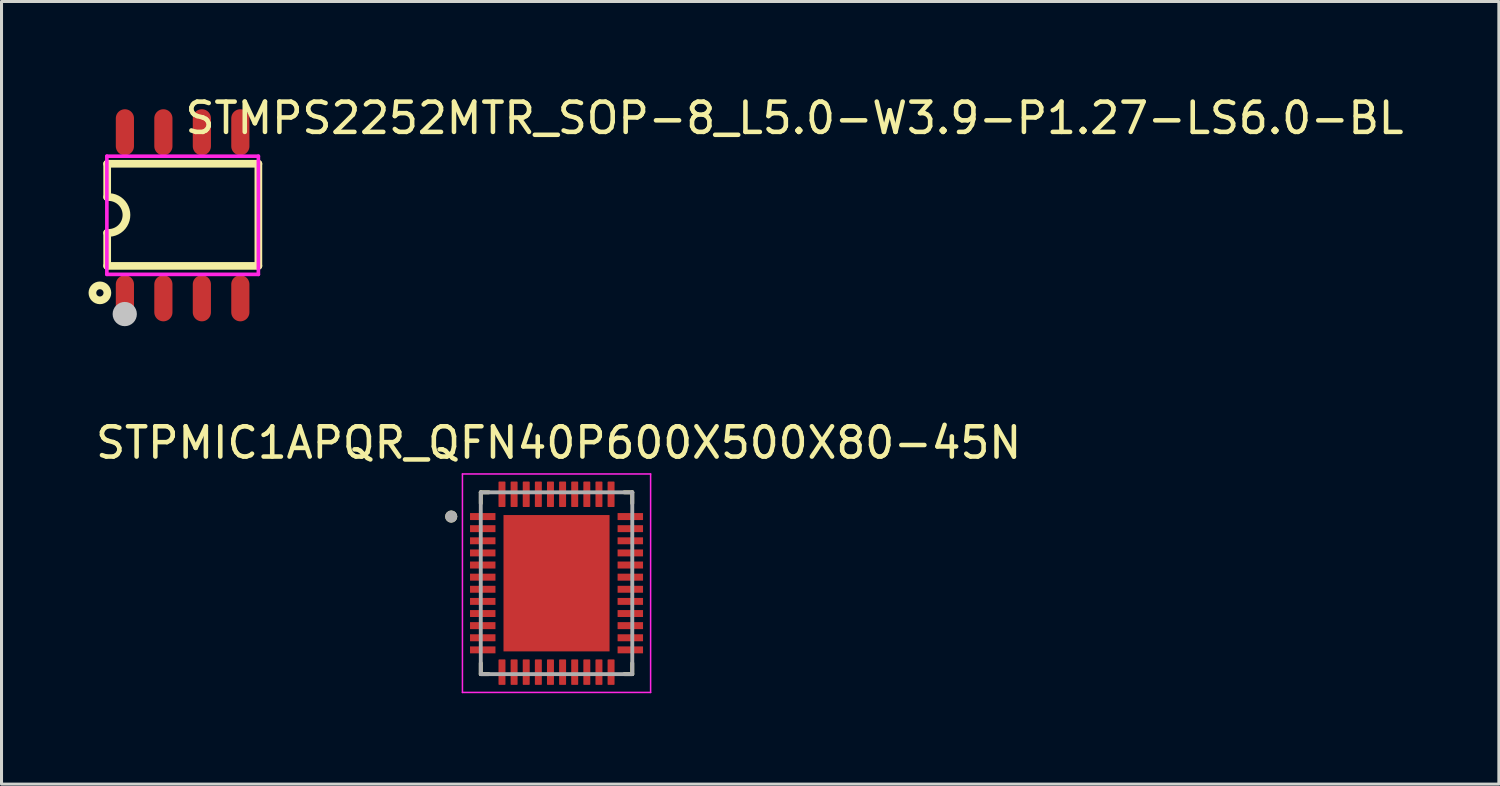
<source format=kicad_pcb>
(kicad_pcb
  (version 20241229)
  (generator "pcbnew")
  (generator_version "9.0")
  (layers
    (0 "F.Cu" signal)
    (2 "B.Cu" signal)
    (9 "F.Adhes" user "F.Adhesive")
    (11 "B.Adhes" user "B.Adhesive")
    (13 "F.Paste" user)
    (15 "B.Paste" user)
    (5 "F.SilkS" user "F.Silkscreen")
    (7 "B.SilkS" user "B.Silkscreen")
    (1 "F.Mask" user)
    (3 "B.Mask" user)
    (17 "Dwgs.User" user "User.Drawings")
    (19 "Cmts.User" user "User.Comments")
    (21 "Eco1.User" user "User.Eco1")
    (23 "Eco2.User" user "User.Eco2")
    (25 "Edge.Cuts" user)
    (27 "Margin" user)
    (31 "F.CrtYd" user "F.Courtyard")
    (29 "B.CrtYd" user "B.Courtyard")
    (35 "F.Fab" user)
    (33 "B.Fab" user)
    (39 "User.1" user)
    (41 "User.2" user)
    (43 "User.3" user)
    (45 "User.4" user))
  (footprint "STPMIC1APQR_QFN40P600X500X80-45N"
    (layer "F.Cu")
    (at 15.317 16.198)
    (property "Reference" "STPMIC1APQR_QFN40P600X500X80-45N" (at 0.07 -4.635 0) (layer "F.SilkS") (effects (font (size 1 1) (thickness 0.15))))
    (attr smd)
    (fp_line (start -2.5 -3) (end -2.5 -2.635) (stroke (width 0.127) (type solid)) (layer "F.SilkS"))
    (fp_line (start -2.5 -3) (end -2.235 -3) (stroke (width 0.127) (type solid)) (layer "F.SilkS"))
    (fp_line (start -2.5 3) (end -2.5 2.635) (stroke (width 0.127) (type solid)) (layer "F.SilkS"))
    (fp_line (start -2.5 3) (end -2.235 3) (stroke (width 0.127) (type solid)) (layer "F.SilkS"))
    (fp_line (start 2.5 -3) (end 2.235 -3) (stroke (width 0.127) (type solid)) (layer "F.SilkS"))
    (fp_line (start 2.5 -3) (end 2.5 -2.635) (stroke (width 0.127) (type solid)) (layer "F.SilkS"))
    (fp_line (start 2.5 3) (end 2.235 3) (stroke (width 0.127) (type solid)) (layer "F.SilkS"))
    (fp_line (start 2.5 3) (end 2.5 2.635) (stroke (width 0.127) (type solid)) (layer "F.SilkS"))
    (fp_circle (center -3.475 -2.2) (end -3.375 -2.2) (stroke (width 0.2) (type solid)) (fill no) (layer "F.SilkS"))
    (fp_poly (pts (xy -1.27 -1.77) (xy -0.24 -1.77) (xy -0.24 -0.24) (xy -1.27 -0.24)) (stroke (width 0.01) (type solid)) (fill yes) (layer "F.Paste"))
    (fp_poly (pts (xy -1.27 0.24) (xy -0.24 0.24) (xy -0.24 1.77) (xy -1.27 1.77)) (stroke (width 0.01) (type solid)) (fill yes) (layer "F.Paste"))
    (fp_poly (pts (xy 0.24 -1.77) (xy 1.27 -1.77) (xy 1.27 -0.24) (xy 0.24 -0.24)) (stroke (width 0.01) (type solid)) (fill yes) (layer "F.Paste"))
    (fp_poly (pts (xy 0.24 0.24) (xy 1.27 0.24) (xy 1.27 1.77) (xy 0.24 1.77)) (stroke (width 0.01) (type solid)) (fill yes) (layer "F.Paste"))
    (fp_line (start -3.105 -3.605) (end 3.105 -3.605) (stroke (width 0.05) (type solid)) (layer "F.CrtYd"))
    (fp_line (start -3.105 3.605) (end -3.105 -3.605) (stroke (width 0.05) (type solid)) (layer "F.CrtYd"))
    (fp_line (start -3.105 3.605) (end 3.105 3.605) (stroke (width 0.05) (type solid)) (layer "F.CrtYd"))
    (fp_line (start 3.105 3.605) (end 3.105 -3.605) (stroke (width 0.05) (type solid)) (layer "F.CrtYd"))
    (fp_line (start -2.5 3) (end -2.5 -3) (stroke (width 0.127) (type solid)) (layer "F.Fab"))
    (fp_line (start 2.5 -3) (end -2.5 -3) (stroke (width 0.127) (type solid)) (layer "F.Fab"))
    (fp_line (start 2.5 3) (end -2.5 3) (stroke (width 0.127) (type solid)) (layer "F.Fab"))
    (fp_line (start 2.5 3) (end 2.5 -3) (stroke (width 0.127) (type solid)) (layer "F.Fab"))
    (fp_circle (center -3.475 -2.2) (end -3.375 -2.2) (stroke (width 0.2) (type solid)) (fill no) (layer "F.Fab"))
    (pad "1" smd roundrect (at -2.435 -2.2) (size 0.84 0.23) (layers "F.Cu" "F.Mask" "F.Paste") (roundrect_rratio 0.03))
    (pad "2" smd roundrect (at -2.435 -1.8) (size 0.84 0.23) (layers "F.Cu" "F.Mask" "F.Paste") (roundrect_rratio 0.03))
    (pad "3" smd roundrect (at -2.435 -1.4) (size 0.84 0.23) (layers "F.Cu" "F.Mask" "F.Paste") (roundrect_rratio 0.03))
    (pad "4" smd roundrect (at -2.435 -1) (size 0.84 0.23) (layers "F.Cu" "F.Mask" "F.Paste") (roundrect_rratio 0.03))
    (pad "5" smd roundrect (at -2.435 -0.6) (size 0.84 0.23) (layers "F.Cu" "F.Mask" "F.Paste") (roundrect_rratio 0.03))
    (pad "6" smd roundrect (at -2.435 -0.2) (size 0.84 0.23) (layers "F.Cu" "F.Mask" "F.Paste") (roundrect_rratio 0.03))
    (pad "7" smd roundrect (at -2.435 0.2) (size 0.84 0.23) (layers "F.Cu" "F.Mask" "F.Paste") (roundrect_rratio 0.03))
    (pad "8" smd roundrect (at -2.435 0.6) (size 0.84 0.23) (layers "F.Cu" "F.Mask" "F.Paste") (roundrect_rratio 0.03))
    (pad "9" smd roundrect (at -2.435 1) (size 0.84 0.23) (layers "F.Cu" "F.Mask" "F.Paste") (roundrect_rratio 0.03))
    (pad "10" smd roundrect (at -2.435 1.4) (size 0.84 0.23) (layers "F.Cu" "F.Mask" "F.Paste") (roundrect_rratio 0.03))
    (pad "11" smd roundrect (at -2.435 1.8) (size 0.84 0.23) (layers "F.Cu" "F.Mask" "F.Paste") (roundrect_rratio 0.03))
    (pad "12" smd roundrect (at -2.435 2.2) (size 0.84 0.23) (layers "F.Cu" "F.Mask" "F.Paste") (roundrect_rratio 0.03))
    (pad "13" smd roundrect (at -1.8 2.935) (size 0.23 0.84) (layers "F.Cu" "F.Mask" "F.Paste") (roundrect_rratio 0.1))
    (pad "14" smd roundrect (at -1.4 2.935) (size 0.23 0.84) (layers "F.Cu" "F.Mask" "F.Paste") (roundrect_rratio 0.1))
    (pad "15" smd roundrect (at -1 2.935) (size 0.23 0.84) (layers "F.Cu" "F.Mask" "F.Paste") (roundrect_rratio 0.1))
    (pad "16" smd roundrect (at -0.6 2.935) (size 0.23 0.84) (layers "F.Cu" "F.Mask" "F.Paste") (roundrect_rratio 0.1))
    (pad "17" smd roundrect (at -0.2 2.935) (size 0.23 0.84) (layers "F.Cu" "F.Mask" "F.Paste") (roundrect_rratio 0.1))
    (pad "18" smd roundrect (at 0.2 2.935) (size 0.23 0.84) (layers "F.Cu" "F.Mask" "F.Paste") (roundrect_rratio 0.1))
    (pad "19" smd roundrect (at 0.6 2.935) (size 0.23 0.84) (layers "F.Cu" "F.Mask" "F.Paste") (roundrect_rratio 0.1))
    (pad "20" smd roundrect (at 1 2.935) (size 0.23 0.84) (layers "F.Cu" "F.Mask" "F.Paste") (roundrect_rratio 0.1))
    (pad "21" smd roundrect (at 1.4 2.935) (size 0.23 0.84) (layers "F.Cu" "F.Mask" "F.Paste") (roundrect_rratio 0.1))
    (pad "22" smd roundrect (at 1.8 2.935) (size 0.23 0.84) (layers "F.Cu" "F.Mask" "F.Paste") (roundrect_rratio 0.1))
    (pad "23" smd roundrect (at 2.435 2.2) (size 0.84 0.23) (layers "F.Cu" "F.Mask" "F.Paste") (roundrect_rratio 0.03))
    (pad "24" smd roundrect (at 2.435 1.8) (size 0.84 0.23) (layers "F.Cu" "F.Mask" "F.Paste") (roundrect_rratio 0.03))
    (pad "25" smd roundrect (at 2.435 1.4) (size 0.84 0.23) (layers "F.Cu" "F.Mask" "F.Paste") (roundrect_rratio 0.03))
    (pad "26" smd roundrect (at 2.435 1) (size 0.84 0.23) (layers "F.Cu" "F.Mask" "F.Paste") (roundrect_rratio 0.03))
    (pad "27" smd roundrect (at 2.435 0.6) (size 0.84 0.23) (layers "F.Cu" "F.Mask" "F.Paste") (roundrect_rratio 0.03))
    (pad "28" smd roundrect (at 2.435 0.2) (size 0.84 0.23) (layers "F.Cu" "F.Mask" "F.Paste") (roundrect_rratio 0.03))
    (pad "29" smd roundrect (at 2.435 -0.2) (size 0.84 0.23) (layers "F.Cu" "F.Mask" "F.Paste") (roundrect_rratio 0.03))
    (pad "30" smd roundrect (at 2.435 -0.6) (size 0.84 0.23) (layers "F.Cu" "F.Mask" "F.Paste") (roundrect_rratio 0.03))
    (pad "31" smd roundrect (at 2.435 -1) (size 0.84 0.23) (layers "F.Cu" "F.Mask" "F.Paste") (roundrect_rratio 0.03))
    (pad "32" smd roundrect (at 2.435 -1.4) (size 0.84 0.23) (layers "F.Cu" "F.Mask" "F.Paste") (roundrect_rratio 0.03))
    (pad "33" smd roundrect (at 2.435 -1.8) (size 0.84 0.23) (layers "F.Cu" "F.Mask" "F.Paste") (roundrect_rratio 0.03))
    (pad "34" smd roundrect (at 2.435 -2.2) (size 0.84 0.23) (layers "F.Cu" "F.Mask" "F.Paste") (roundrect_rratio 0.03))
    (pad "35" smd roundrect (at 1.8 -2.935) (size 0.23 0.84) (layers "F.Cu" "F.Mask" "F.Paste") (roundrect_rratio 0.1))
    (pad "36" smd roundrect (at 1.4 -2.935) (size 0.23 0.84) (layers "F.Cu" "F.Mask" "F.Paste") (roundrect_rratio 0.1))
    (pad "37" smd roundrect (at 1 -2.935) (size 0.23 0.84) (layers "F.Cu" "F.Mask" "F.Paste") (roundrect_rratio 0.1))
    (pad "38" smd roundrect (at 0.6 -2.935) (size 0.23 0.84) (layers "F.Cu" "F.Mask" "F.Paste") (roundrect_rratio 0.1))
    (pad "39" smd roundrect (at 0.2 -2.935) (size 0.23 0.84) (layers "F.Cu" "F.Mask" "F.Paste") (roundrect_rratio 0.1))
    (pad "40" smd roundrect (at -0.2 -2.935) (size 0.23 0.84) (layers "F.Cu" "F.Mask" "F.Paste") (roundrect_rratio 0.1))
    (pad "41" smd roundrect (at -0.6 -2.935) (size 0.23 0.84) (layers "F.Cu" "F.Mask" "F.Paste") (roundrect_rratio 0.1))
    (pad "42" smd roundrect (at -1 -2.935) (size 0.23 0.84) (layers "F.Cu" "F.Mask" "F.Paste") (roundrect_rratio 0.1))
    (pad "43" smd roundrect (at -1.4 -2.935) (size 0.23 0.84) (layers "F.Cu" "F.Mask" "F.Paste") (roundrect_rratio 0.1))
    (pad "44" smd roundrect (at -1.8 -2.935) (size 0.23 0.84) (layers "F.Cu" "F.Mask" "F.Paste") (roundrect_rratio 0.1))
    (pad "45" smd rect (at 0 0) (size 3.5 4.5) (layers "F.Cu" "F.Mask")))
  (footprint "STMPS2252MTR_SOP-8_L5.0-W3.9-P1.27-LS6.0-BL"
    (layer "F.Cu")
    (at 2.977 4.055)
    (property "Reference" "STMPS2252MTR_SOP-8_L5.0-W3.9-P1.27-LS6.0-BL" (at 0 -3.207 0) (layer "F.SilkS") (effects (font (size 1 1) (thickness 0.15)) (justify left)))
    (attr through_hole)
    (fp_line (start -2.49 -1.7) (end 2.5 -1.7) (stroke (width 0.254) (type solid)) (layer "F.SilkS"))
    (fp_line (start -2.49 -0.6) (end -2.49 -1.7) (stroke (width 0.254) (type solid)) (layer "F.SilkS"))
    (fp_line (start -2.49 1.671) (end -2.49 0.58) (stroke (width 0.254) (type solid)) (layer "F.SilkS"))
    (fp_line (start 2.5 -1.7) (end 2.5 1.671) (stroke (width 0.254) (type solid)) (layer "F.SilkS"))
    (fp_line (start 2.5 1.671) (end -2.49 1.671) (stroke (width 0.254) (type solid)) (layer "F.SilkS"))
    (fp_arc (start -2.489356 -0.600049) (mid -1.853286 -0.009677) (end -2.49 0.58) (stroke (width 0.254) (type solid)) (layer "F.SilkS"))
    (fp_circle (center -2.73 2.56) (end -2.61 2.56) (stroke (width 0.254) (type solid)) (fill no) (layer "F.SilkS"))
    (fp_circle (center -1.91 3.26) (end -1.71 3.26) (stroke (width 0.4) (type solid)) (fill no) (layer "Dwgs.User"))
    (fp_line (start -2.115 -2.225) (end -1.695 -2.225) (stroke (width 0.12) (type solid)) (layer "Eco2.User"))
    (fp_line (start -2.115 -1.94) (end -2.115 -2.225) (stroke (width 0.12) (type solid)) (layer "Eco2.User"))
    (fp_line (start -2.115 1.94) (end -1.695 1.94) (stroke (width 0.12) (type solid)) (layer "Eco2.User"))
    (fp_line (start -2.115 2.225) (end -2.115 1.94) (stroke (width 0.12) (type solid)) (layer "Eco2.User"))
    (fp_line (start -1.695 -2.225) (end -1.695 -1.94) (stroke (width 0.12) (type solid)) (layer "Eco2.User"))
    (fp_line (start -1.695 -1.94) (end -2.115 -1.94) (stroke (width 0.12) (type solid)) (layer "Eco2.User"))
    (fp_line (start -1.695 1.94) (end -1.695 2.225) (stroke (width 0.12) (type solid)) (layer "Eco2.User"))
    (fp_line (start -1.695 2.225) (end -2.115 2.225) (stroke (width 0.12) (type solid)) (layer "Eco2.User"))
    (fp_line (start -0.845 -2.225) (end -0.425 -2.225) (stroke (width 0.12) (type solid)) (layer "Eco2.User"))
    (fp_line (start -0.845 -1.94) (end -0.845 -2.225) (stroke (width 0.12) (type solid)) (layer "Eco2.User"))
    (fp_line (start -0.845 1.94) (end -0.425 1.94) (stroke (width 0.12) (type solid)) (layer "Eco2.User"))
    (fp_line (start -0.845 2.225) (end -0.845 1.94) (stroke (width 0.12) (type solid)) (layer "Eco2.User"))
    (fp_line (start -0.425 -2.225) (end -0.425 -1.94) (stroke (width 0.12) (type solid)) (layer "Eco2.User"))
    (fp_line (start -0.425 -1.94) (end -0.845 -1.94) (stroke (width 0.12) (type solid)) (layer "Eco2.User"))
    (fp_line (start -0.425 1.94) (end -0.425 2.225) (stroke (width 0.12) (type solid)) (layer "Eco2.User"))
    (fp_line (start -0.425 2.225) (end -0.845 2.225) (stroke (width 0.12) (type solid)) (layer "Eco2.User"))
    (fp_line (start 0.425 -2.225) (end 0.845 -2.225) (stroke (width 0.12) (type solid)) (layer "Eco2.User"))
    (fp_line (start 0.425 -1.94) (end 0.425 -2.225) (stroke (width 0.12) (type solid)) (layer "Eco2.User"))
    (fp_line (start 0.425 1.94) (end 0.845 1.94) (stroke (width 0.12) (type solid)) (layer "Eco2.User"))
    (fp_line (start 0.425 2.225) (end 0.425 1.94) (stroke (width 0.12) (type solid)) (layer "Eco2.User"))
    (fp_line (start 0.845 -2.225) (end 0.845 -1.94) (stroke (width 0.12) (type solid)) (layer "Eco2.User"))
    (fp_line (start 0.845 -1.94) (end 0.425 -1.94) (stroke (width 0.12) (type solid)) (layer "Eco2.User"))
    (fp_line (start 0.845 1.94) (end 0.845 2.225) (stroke (width 0.12) (type solid)) (layer "Eco2.User"))
    (fp_line (start 0.845 2.225) (end 0.425 2.225) (stroke (width 0.12) (type solid)) (layer "Eco2.User"))
    (fp_line (start 1.695 -2.225) (end 2.115 -2.225) (stroke (width 0.12) (type solid)) (layer "Eco2.User"))
    (fp_line (start 1.695 -1.94) (end 1.695 -2.225) (stroke (width 0.12) (type solid)) (layer "Eco2.User"))
    (fp_line (start 1.695 1.94) (end 2.115 1.94) (stroke (width 0.12) (type solid)) (layer "Eco2.User"))
    (fp_line (start 1.695 2.225) (end 1.695 1.94) (stroke (width 0.12) (type solid)) (layer "Eco2.User"))
    (fp_line (start 2.115 -2.225) (end 2.115 -1.94) (stroke (width 0.12) (type solid)) (layer "Eco2.User"))
    (fp_line (start 2.115 -1.94) (end 1.695 -1.94) (stroke (width 0.12) (type solid)) (layer "Eco2.User"))
    (fp_line (start 2.115 1.94) (end 2.115 2.225) (stroke (width 0.12) (type solid)) (layer "Eco2.User"))
    (fp_line (start 2.115 2.225) (end 1.695 2.225) (stroke (width 0.12) (type solid)) (layer "Eco2.User"))
    (fp_circle (center -2.5 3) (end -2.47 3) (stroke (width 0.06) (type solid)) (fill no) (layer "Eco2.User"))
    (fp_poly (pts (xy -1.695 -2.215) (xy -2.115 -2.215) (xy -2.115 -3) (xy -1.695 -3)) (stroke (width 0.12) (type solid)) (fill no) (layer "Eco2.User"))
    (fp_poly (pts (xy -1.695 3) (xy -2.115 3) (xy -2.115 2.215) (xy -1.695 2.215)) (stroke (width 0.12) (type solid)) (fill no) (layer "Eco2.User"))
    (fp_poly (pts (xy -0.425 -2.215) (xy -0.845 -2.215) (xy -0.845 -3) (xy -0.425 -3)) (stroke (width 0.12) (type solid)) (fill no) (layer "Eco2.User"))
    (fp_poly (pts (xy -0.425 3) (xy -0.845 3) (xy -0.845 2.215) (xy -0.425 2.215)) (stroke (width 0.12) (type solid)) (fill no) (layer "Eco2.User"))
    (fp_poly (pts (xy 0.845 -2.215) (xy 0.425 -2.215) (xy 0.425 -3) (xy 0.845 -3)) (stroke (width 0.12) (type solid)) (fill no) (layer "Eco2.User"))
    (fp_poly (pts (xy 0.845 3) (xy 0.425 3) (xy 0.425 2.215) (xy 0.845 2.215)) (stroke (width 0.12) (type solid)) (fill no) (layer "Eco2.User"))
    (fp_poly (pts (xy 2.115 -2.215) (xy 1.695 -2.215) (xy 1.695 -3) (xy 2.115 -3)) (stroke (width 0.12) (type solid)) (fill no) (layer "Eco2.User"))
    (fp_poly (pts (xy 2.115 3) (xy 1.695 3) (xy 1.695 2.215) (xy 2.115 2.215)) (stroke (width 0.12) (type solid)) (fill no) (layer "Eco2.User"))
    (fp_line (start -2.5 -1.95) (end 2.5 -1.95) (stroke (width 0.12) (type solid)) (layer "F.CrtYd"))
    (fp_line (start -2.5 1.95) (end -2.5 -1.95) (stroke (width 0.12) (type solid)) (layer "F.CrtYd"))
    (fp_line (start 2.5 -1.95) (end 2.5 1.95) (stroke (width 0.12) (type solid)) (layer "F.CrtYd"))
    (fp_line (start 2.5 1.95) (end -2.5 1.95) (stroke (width 0.12) (type solid)) (layer "F.CrtYd"))
    (pad "1" smd oval (at -1.905 2.74) (size 0.6 1.52) (layers "F.Cu" "F.Mask" "F.Paste"))
    (pad "2" smd oval (at -0.635 2.74) (size 0.6 1.52) (layers "F.Cu" "F.Mask" "F.Paste"))
    (pad "3" smd oval (at 0.635 2.74) (size 0.6 1.52) (layers "F.Cu" "F.Mask" "F.Paste"))
    (pad "4" smd oval (at 1.905 2.74) (size 0.6 1.52) (layers "F.Cu" "F.Mask" "F.Paste"))
    (pad "5" smd oval (at 1.905 -2.74) (size 0.6 1.52) (layers "F.Cu" "F.Mask" "F.Paste"))
    (pad "6" smd oval (at 0.635 -2.74) (size 0.6 1.52) (layers "F.Cu" "F.Mask" "F.Paste"))
    (pad "7" smd oval (at -0.635 -2.74) (size 0.6 1.52) (layers "F.Cu" "F.Mask" "F.Paste"))
    (pad "8" smd oval (at -1.905 -2.74) (size 0.6 1.52) (layers "F.Cu" "F.Mask" "F.Paste")))
  (gr_rect
    (start -3 -3)
    (end 46.417 22.828)
    (stroke (width 0.1) (type default))
    (fill no)
    (layer "Edge.Cuts")))
</source>
